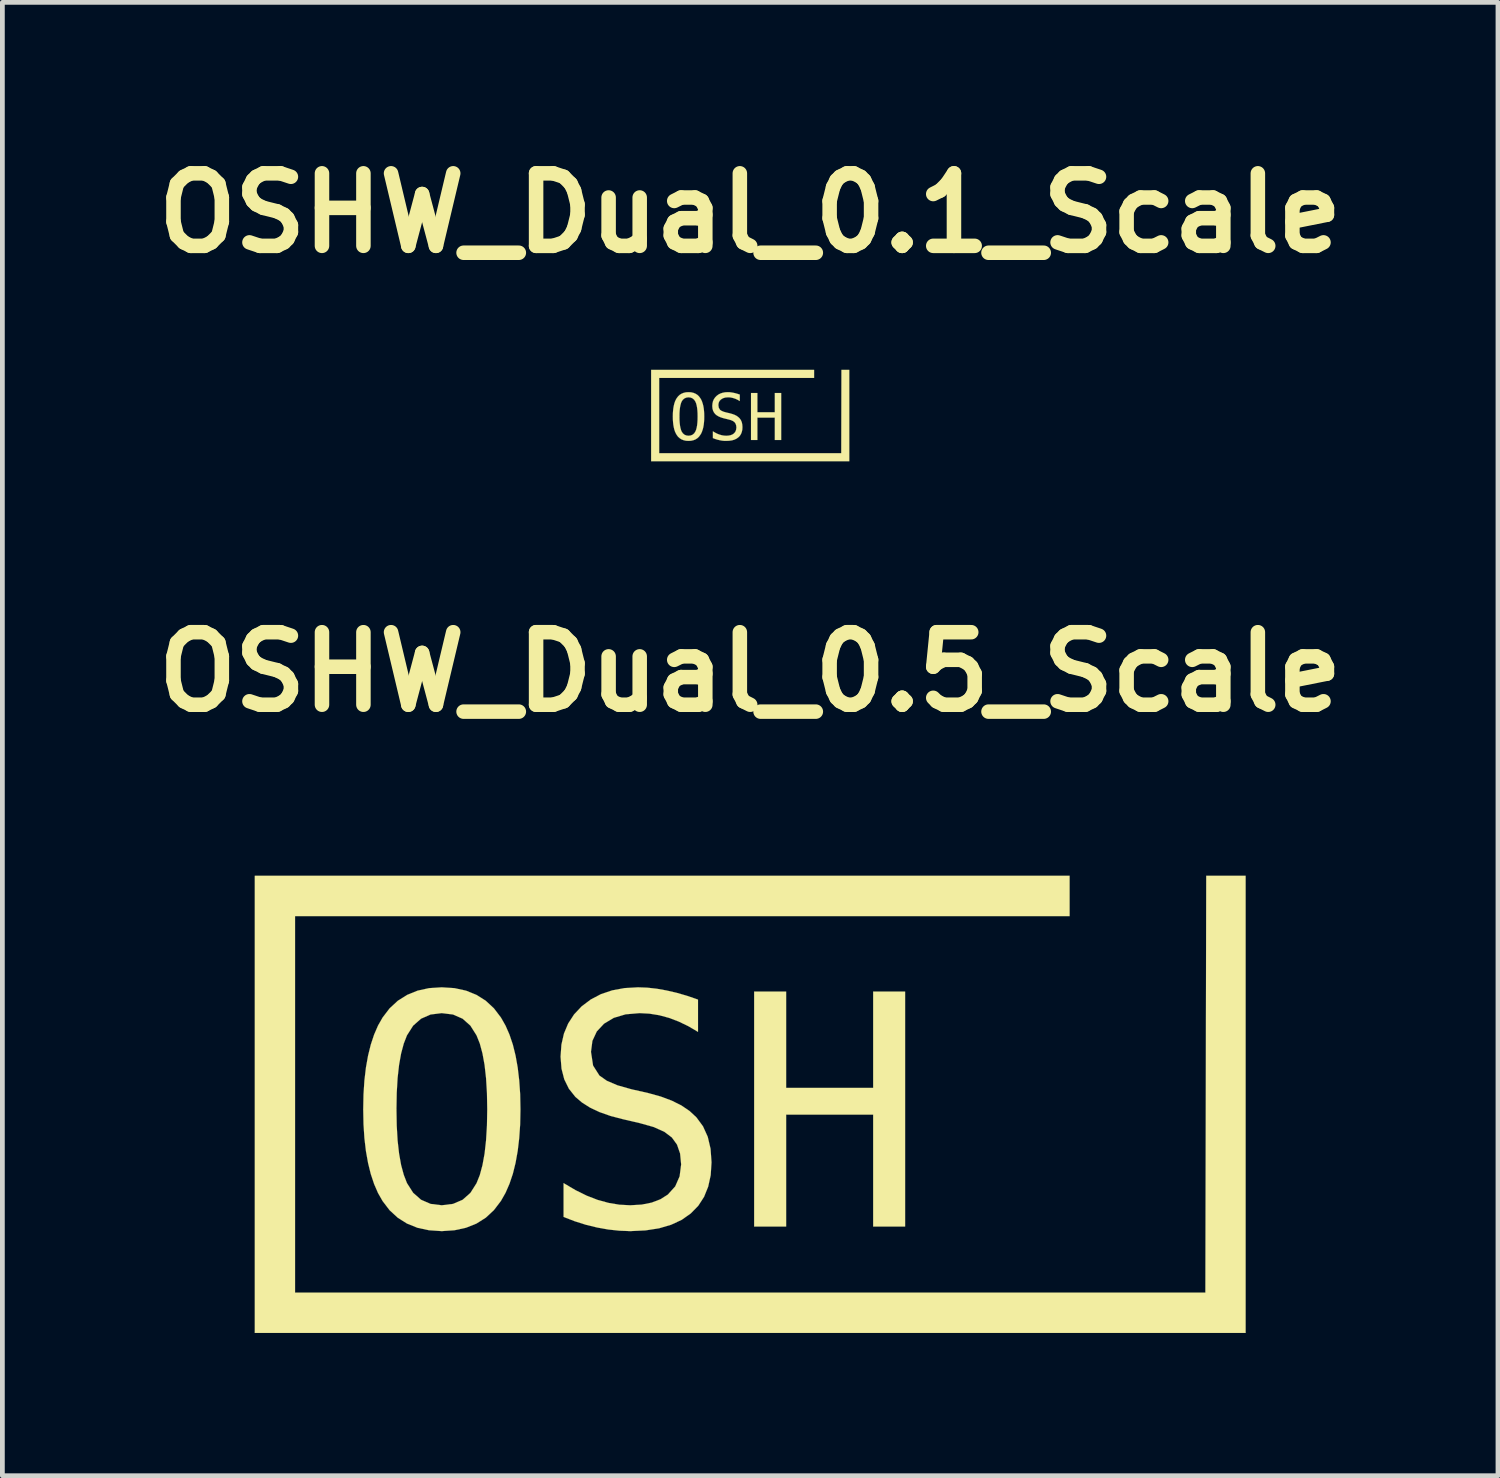
<source format=kicad_pcb>
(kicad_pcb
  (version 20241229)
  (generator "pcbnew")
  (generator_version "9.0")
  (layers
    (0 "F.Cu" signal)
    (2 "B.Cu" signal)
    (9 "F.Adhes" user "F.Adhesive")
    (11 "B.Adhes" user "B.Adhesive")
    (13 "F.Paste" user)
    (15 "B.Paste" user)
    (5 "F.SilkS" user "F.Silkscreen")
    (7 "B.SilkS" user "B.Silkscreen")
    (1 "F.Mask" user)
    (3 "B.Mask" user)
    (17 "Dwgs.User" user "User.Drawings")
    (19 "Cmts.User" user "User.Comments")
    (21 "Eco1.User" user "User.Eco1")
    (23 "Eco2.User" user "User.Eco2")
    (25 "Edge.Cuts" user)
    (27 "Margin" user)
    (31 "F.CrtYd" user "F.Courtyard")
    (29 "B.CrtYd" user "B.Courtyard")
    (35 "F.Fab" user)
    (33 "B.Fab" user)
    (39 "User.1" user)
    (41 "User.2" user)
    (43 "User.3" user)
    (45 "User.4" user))
  (footprint "OSHW_Dual_0.5_Scale"
    (layer "F.Cu")
    (at 12.715 19.539)
    (property "Reference" "OSHW_Dual_0.5_Scale" (at 0 -8.469 0) (layer "F.SilkS") (effects (font (size 1.524 1.524) (thickness 0.305))))
    (attr through_hole)
    (fp_poly (pts (xy 3.705 -1.752) (xy 4.356 -1.752) (xy 4.829 2.257) (xy 5.391 -0.396) (xy 6.089 -0.396) (xy 6.658 2.263) (xy 8.26 -5.421) (xy 8.912 -5.421) (xy 7.045 3.186) (xy 6.413 3.186) (xy 5.742 0.252) (xy 5.074 3.186) (xy 4.442 3.186) (xy 3.705 -1.752)) (stroke (width 0.003) (type solid)) (fill yes) (layer "F.Mask"))
    (fp_poly (pts (xy 0.083 -1.752) (xy 0.755 -1.752) (xy 0.755 0.272) (xy 2.584 0.272) (xy 2.584 -1.752) (xy 3.255 -1.752) (xy 3.255 3.186) (xy 2.584 3.186) (xy 2.584 0.834) (xy 0.755 0.834) (xy 0.755 3.186) (xy 0.083 3.186) (xy 0.083 -1.752)) (stroke (width 0.003) (type solid)) (fill yes) (layer "F.SilkS"))
    (fp_poly (pts (xy -10.411 -4.184) (xy -10.411 -3.76) (xy -10.411 4.997) (xy -10.411 5.421) (xy -9.988 5.421) (xy 9.988 5.421) (xy 10.411 5.421) (xy 10.411 4.997) (xy 10.411 -4.184) (xy 9.583 -4.184) (xy 9.565 4.574) (xy -9.565 4.574) (xy -9.565 -3.337) (xy 6.712 -3.337) (xy 6.712 -4.184) (xy -9.988 -4.184) (xy -10.411 -4.184)) (stroke (width 0.003) (type solid)) (fill yes) (layer "F.SilkS"))
    (fp_poly (pts (xy -1.097 -1.583) (xy -1.097 -0.905) (xy -1.301 -1.025) (xy -1.505 -1.123) (xy -1.709 -1.2) (xy -1.913 -1.255) (xy -2.118 -1.288) (xy -2.324 -1.299) (xy -2.618 -1.274) (xy -2.867 -1.2) (xy -3.072 -1.077) (xy -3.224 -0.914) (xy -3.316 -0.717) (xy -3.346 -0.485) (xy -3.302 -0.197) (xy -3.168 0.014) (xy -3.012 0.123) (xy -2.787 0.219) (xy -2.493 0.302) (xy -2.143 0.381) (xy -1.88 0.454) (xy -1.647 0.541) (xy -1.445 0.642) (xy -1.273 0.759) (xy -1.131 0.891) (xy -0.992 1.08) (xy -0.892 1.301) (xy -0.833 1.553) (xy -0.813 1.837) (xy -0.83 2.105) (xy -0.883 2.347) (xy -0.97 2.562) (xy -1.092 2.75) (xy -1.25 2.911) (xy -1.44 3.045) (xy -1.662 3.148) (xy -1.916 3.223) (xy -2.202 3.267) (xy -2.52 3.282) (xy -2.751 3.273) (xy -2.984 3.248) (xy -3.217 3.206) (xy -3.452 3.149) (xy -3.686 3.075) (xy -3.922 2.984) (xy -3.922 2.273) (xy -3.673 2.42) (xy -3.434 2.538) (xy -3.204 2.627) (xy -2.977 2.689) (xy -2.749 2.727) (xy -2.52 2.739) (xy -2.281 2.725) (xy -2.07 2.683) (xy -1.887 2.613) (xy -1.732 2.515) (xy -1.576 2.343) (xy -1.483 2.131) (xy -1.451 1.88) (xy -1.473 1.652) (xy -1.538 1.464) (xy -1.646 1.314) (xy -1.806 1.194) (xy -2.03 1.094) (xy -2.318 1.013) (xy -2.675 0.93) (xy -2.935 0.862) (xy -3.165 0.781) (xy -3.365 0.687) (xy -3.534 0.58) (xy -3.674 0.461) (xy -3.81 0.29) (xy -3.907 0.093) (xy -3.965 -0.131) (xy -3.985 -0.383) (xy -3.967 -0.637) (xy -3.914 -0.869) (xy -3.825 -1.081) (xy -3.701 -1.272) (xy -3.542 -1.441) (xy -3.351 -1.585) (xy -3.138 -1.697) (xy -2.901 -1.777) (xy -2.641 -1.825) (xy -2.358 -1.841) (xy -2.165 -1.834) (xy -1.965 -1.812) (xy -1.759 -1.775) (xy -1.546 -1.726) (xy -1.325 -1.662) (xy -1.097 -1.583)) (stroke (width 0.003) (type solid)) (fill yes) (layer "F.SilkS"))
    (fp_poly (pts (xy -5.526 0.722) (xy -4.828 0.722) (xy -4.834 1.034) (xy -4.854 1.326) (xy -4.886 1.597) (xy -4.931 1.848) (xy -4.988 2.078) (xy -5.059 2.288) (xy -5.142 2.478) (xy -5.238 2.647) (xy -5.386 2.841) (xy -5.557 3) (xy -5.752 3.123) (xy -5.972 3.211) (xy -6.215 3.264) (xy -6.482 3.282) (xy -6.749 3.264) (xy -6.992 3.212) (xy -7.211 3.124) (xy -7.406 3.001) (xy -7.578 2.843) (xy -7.725 2.65) (xy -7.821 2.482) (xy -7.903 2.293) (xy -7.973 2.083) (xy -8.03 1.852) (xy -8.075 1.601) (xy -8.107 1.329) (xy -8.126 1.036) (xy -8.132 0.722) (xy -8.126 0.409) (xy -8.107 0.117) (xy -8.075 -0.155) (xy -8.03 -0.407) (xy -7.973 -0.637) (xy -7.903 -0.848) (xy -7.821 -1.037) (xy -7.725 -1.206) (xy -7.577 -1.4) (xy -7.405 -1.559) (xy -7.209 -1.682) (xy -6.99 -1.771) (xy -6.748 -1.824) (xy -6.482 -1.841) (xy -6.215 -1.824) (xy -5.972 -1.771) (xy -5.752 -1.682) (xy -5.557 -1.559) (xy -5.386 -1.4) (xy -5.238 -1.206) (xy -5.142 -1.037) (xy -5.059 -0.848) (xy -4.988 -0.637) (xy -4.931 -0.407) (xy -4.886 -0.155) (xy -4.854 0.117) (xy -4.834 0.409) (xy -4.828 0.722) (xy -5.526 0.722) (xy -5.532 0.377) (xy -5.551 0.066) (xy -5.582 -0.211) (xy -5.626 -0.452) (xy -5.682 -0.66) (xy -5.751 -0.832) (xy -5.88 -1.036) (xy -6.044 -1.182) (xy -6.245 -1.27) (xy -6.482 -1.299) (xy -6.717 -1.27) (xy -6.917 -1.182) (xy -7.083 -1.036) (xy -7.213 -0.832) (xy -7.28 -0.66) (xy -7.336 -0.452) (xy -7.379 -0.211) (xy -7.41 0.066) (xy -7.428 0.377) (xy -7.434 0.722) (xy -7.428 1.066) (xy -7.41 1.376) (xy -7.379 1.652) (xy -7.336 1.894) (xy -7.28 2.1) (xy -7.213 2.273) (xy -7.083 2.477) (xy -6.917 2.623) (xy -6.717 2.71) (xy -6.482 2.739) (xy -6.245 2.71) (xy -6.044 2.624) (xy -5.88 2.479) (xy -5.751 2.276) (xy -5.682 2.104) (xy -5.626 1.896) (xy -5.582 1.655) (xy -5.551 1.378) (xy -5.532 1.067) (xy -5.526 0.722)) (stroke (width 0.003) (type solid)) (fill yes) (layer "F.SilkS")))
  (footprint "OSHW_Dual_0.1_Scale"
    (layer "F.Cu")
    (at 12.715 5.559)
    (property "Reference" "OSHW_Dual_0.1_Scale" (at 0 -4.132 0) (layer "F.SilkS") (effects (font (size 1.524 1.524) (thickness 0.305))))
    (attr through_hole)
    (fp_poly (pts (xy 0.741 -0.35) (xy 0.871 -0.35) (xy 0.966 0.451) (xy 1.078 -0.079) (xy 1.218 -0.079) (xy 1.332 0.453) (xy 1.652 -1.084) (xy 1.782 -1.084) (xy 1.409 0.637) (xy 1.283 0.637) (xy 1.148 0.05) (xy 1.015 0.637) (xy 0.888 0.637) (xy 0.741 -0.35)) (stroke (width 0.003) (type solid)) (fill yes) (layer "F.Mask"))
    (fp_poly (pts (xy 0.017 -0.35) (xy 0.151 -0.35) (xy 0.151 0.054) (xy 0.517 0.054) (xy 0.517 -0.35) (xy 0.651 -0.35) (xy 0.651 0.637) (xy 0.517 0.637) (xy 0.517 0.167) (xy 0.151 0.167) (xy 0.151 0.637) (xy 0.017 0.637) (xy 0.017 -0.35)) (stroke (width 0.003) (type solid)) (fill yes) (layer "F.SilkS"))
    (fp_poly (pts (xy -2.082 -0.837) (xy -2.082 -0.752) (xy -2.082 0.999) (xy -2.082 1.084) (xy -1.998 1.084) (xy 1.998 1.084) (xy 2.082 1.084) (xy 2.082 0.999) (xy 2.082 -0.837) (xy 1.917 -0.837) (xy 1.913 0.915) (xy -1.913 0.915) (xy -1.913 -0.667) (xy 1.342 -0.667) (xy 1.342 -0.837) (xy -1.998 -0.837) (xy -2.082 -0.837)) (stroke (width 0.003) (type solid)) (fill yes) (layer "F.SilkS"))
    (fp_poly (pts (xy -0.219 -0.317) (xy -0.219 -0.181) (xy -0.26 -0.205) (xy -0.301 -0.225) (xy -0.342 -0.24) (xy -0.383 -0.251) (xy -0.424 -0.258) (xy -0.465 -0.26) (xy -0.524 -0.255) (xy -0.573 -0.24) (xy -0.614 -0.215) (xy -0.645 -0.183) (xy -0.663 -0.143) (xy -0.669 -0.097) (xy -0.66 -0.039) (xy -0.634 0.003) (xy -0.602 0.025) (xy -0.557 0.044) (xy -0.499 0.06) (xy -0.429 0.076) (xy -0.376 0.091) (xy -0.329 0.108) (xy -0.289 0.128) (xy -0.255 0.152) (xy -0.226 0.178) (xy -0.198 0.216) (xy -0.178 0.26) (xy -0.167 0.311) (xy -0.163 0.367) (xy -0.166 0.421) (xy -0.177 0.469) (xy -0.194 0.512) (xy -0.218 0.55) (xy -0.25 0.582) (xy -0.288 0.609) (xy -0.332 0.63) (xy -0.383 0.645) (xy -0.44 0.653) (xy -0.504 0.656) (xy -0.55 0.655) (xy -0.597 0.65) (xy -0.643 0.641) (xy -0.69 0.63) (xy -0.737 0.615) (xy -0.784 0.597) (xy -0.784 0.455) (xy -0.735 0.484) (xy -0.687 0.508) (xy -0.641 0.525) (xy -0.595 0.538) (xy -0.55 0.545) (xy -0.504 0.548) (xy -0.456 0.545) (xy -0.414 0.537) (xy -0.377 0.523) (xy -0.346 0.503) (xy -0.315 0.469) (xy -0.297 0.426) (xy -0.29 0.376) (xy -0.295 0.33) (xy -0.308 0.293) (xy -0.329 0.263) (xy -0.361 0.239) (xy -0.406 0.219) (xy -0.464 0.203) (xy -0.535 0.186) (xy -0.587 0.172) (xy -0.633 0.156) (xy -0.673 0.137) (xy -0.707 0.116) (xy -0.735 0.092) (xy -0.762 0.058) (xy -0.781 0.019) (xy -0.793 -0.026) (xy -0.797 -0.077) (xy -0.793 -0.127) (xy -0.783 -0.174) (xy -0.765 -0.216) (xy -0.74 -0.254) (xy -0.708 -0.288) (xy -0.67 -0.317) (xy -0.628 -0.339) (xy -0.58 -0.355) (xy -0.528 -0.365) (xy -0.472 -0.368) (xy -0.433 -0.367) (xy -0.393 -0.362) (xy -0.352 -0.355) (xy -0.309 -0.345) (xy -0.265 -0.332) (xy -0.219 -0.317)) (stroke (width 0.003) (type solid)) (fill yes) (layer "F.SilkS"))
    (fp_poly (pts (xy -1.105 0.144) (xy -0.966 0.144) (xy -0.967 0.207) (xy -0.971 0.265) (xy -0.977 0.319) (xy -0.986 0.37) (xy -0.998 0.416) (xy -1.012 0.458) (xy -1.028 0.496) (xy -1.048 0.529) (xy -1.077 0.568) (xy -1.111 0.6) (xy -1.15 0.625) (xy -1.194 0.642) (xy -1.243 0.653) (xy -1.296 0.656) (xy -1.35 0.653) (xy -1.398 0.642) (xy -1.442 0.625) (xy -1.481 0.6) (xy -1.516 0.569) (xy -1.545 0.53) (xy -1.564 0.496) (xy -1.581 0.459) (xy -1.595 0.417) (xy -1.606 0.37) (xy -1.615 0.32) (xy -1.621 0.266) (xy -1.625 0.207) (xy -1.626 0.144) (xy -1.625 0.082) (xy -1.621 0.023) (xy -1.615 -0.031) (xy -1.606 -0.081) (xy -1.595 -0.127) (xy -1.581 -0.17) (xy -1.564 -0.207) (xy -1.545 -0.241) (xy -1.515 -0.28) (xy -1.481 -0.312) (xy -1.442 -0.336) (xy -1.398 -0.354) (xy -1.35 -0.365) (xy -1.296 -0.368) (xy -1.243 -0.365) (xy -1.194 -0.354) (xy -1.15 -0.336) (xy -1.111 -0.312) (xy -1.077 -0.28) (xy -1.048 -0.241) (xy -1.028 -0.207) (xy -1.012 -0.17) (xy -0.998 -0.127) (xy -0.986 -0.081) (xy -0.977 -0.031) (xy -0.971 0.023) (xy -0.967 0.082) (xy -0.966 0.144) (xy -1.105 0.144) (xy -1.106 0.075) (xy -1.11 0.013) (xy -1.116 -0.042) (xy -1.125 -0.09) (xy -1.136 -0.132) (xy -1.15 -0.166) (xy -1.176 -0.207) (xy -1.209 -0.236) (xy -1.249 -0.254) (xy -1.296 -0.26) (xy -1.343 -0.254) (xy -1.383 -0.236) (xy -1.417 -0.207) (xy -1.443 -0.166) (xy -1.456 -0.132) (xy -1.467 -0.09) (xy -1.476 -0.042) (xy -1.482 0.013) (xy -1.486 0.075) (xy -1.487 0.144) (xy -1.486 0.213) (xy -1.482 0.275) (xy -1.476 0.33) (xy -1.467 0.379) (xy -1.456 0.42) (xy -1.443 0.455) (xy -1.417 0.495) (xy -1.383 0.525) (xy -1.343 0.542) (xy -1.296 0.548) (xy -1.249 0.542) (xy -1.209 0.525) (xy -1.176 0.496) (xy -1.15 0.455) (xy -1.136 0.421) (xy -1.125 0.379) (xy -1.116 0.331) (xy -1.11 0.276) (xy -1.106 0.213) (xy -1.105 0.144)) (stroke (width 0.003) (type solid)) (fill yes) (layer "F.SilkS")))
  (gr_rect
    (start -3 -3)
    (end 28.429 27.961)
    (stroke (width 0.1) (type default))
    (fill no)
    (layer "Edge.Cuts")))
</source>
